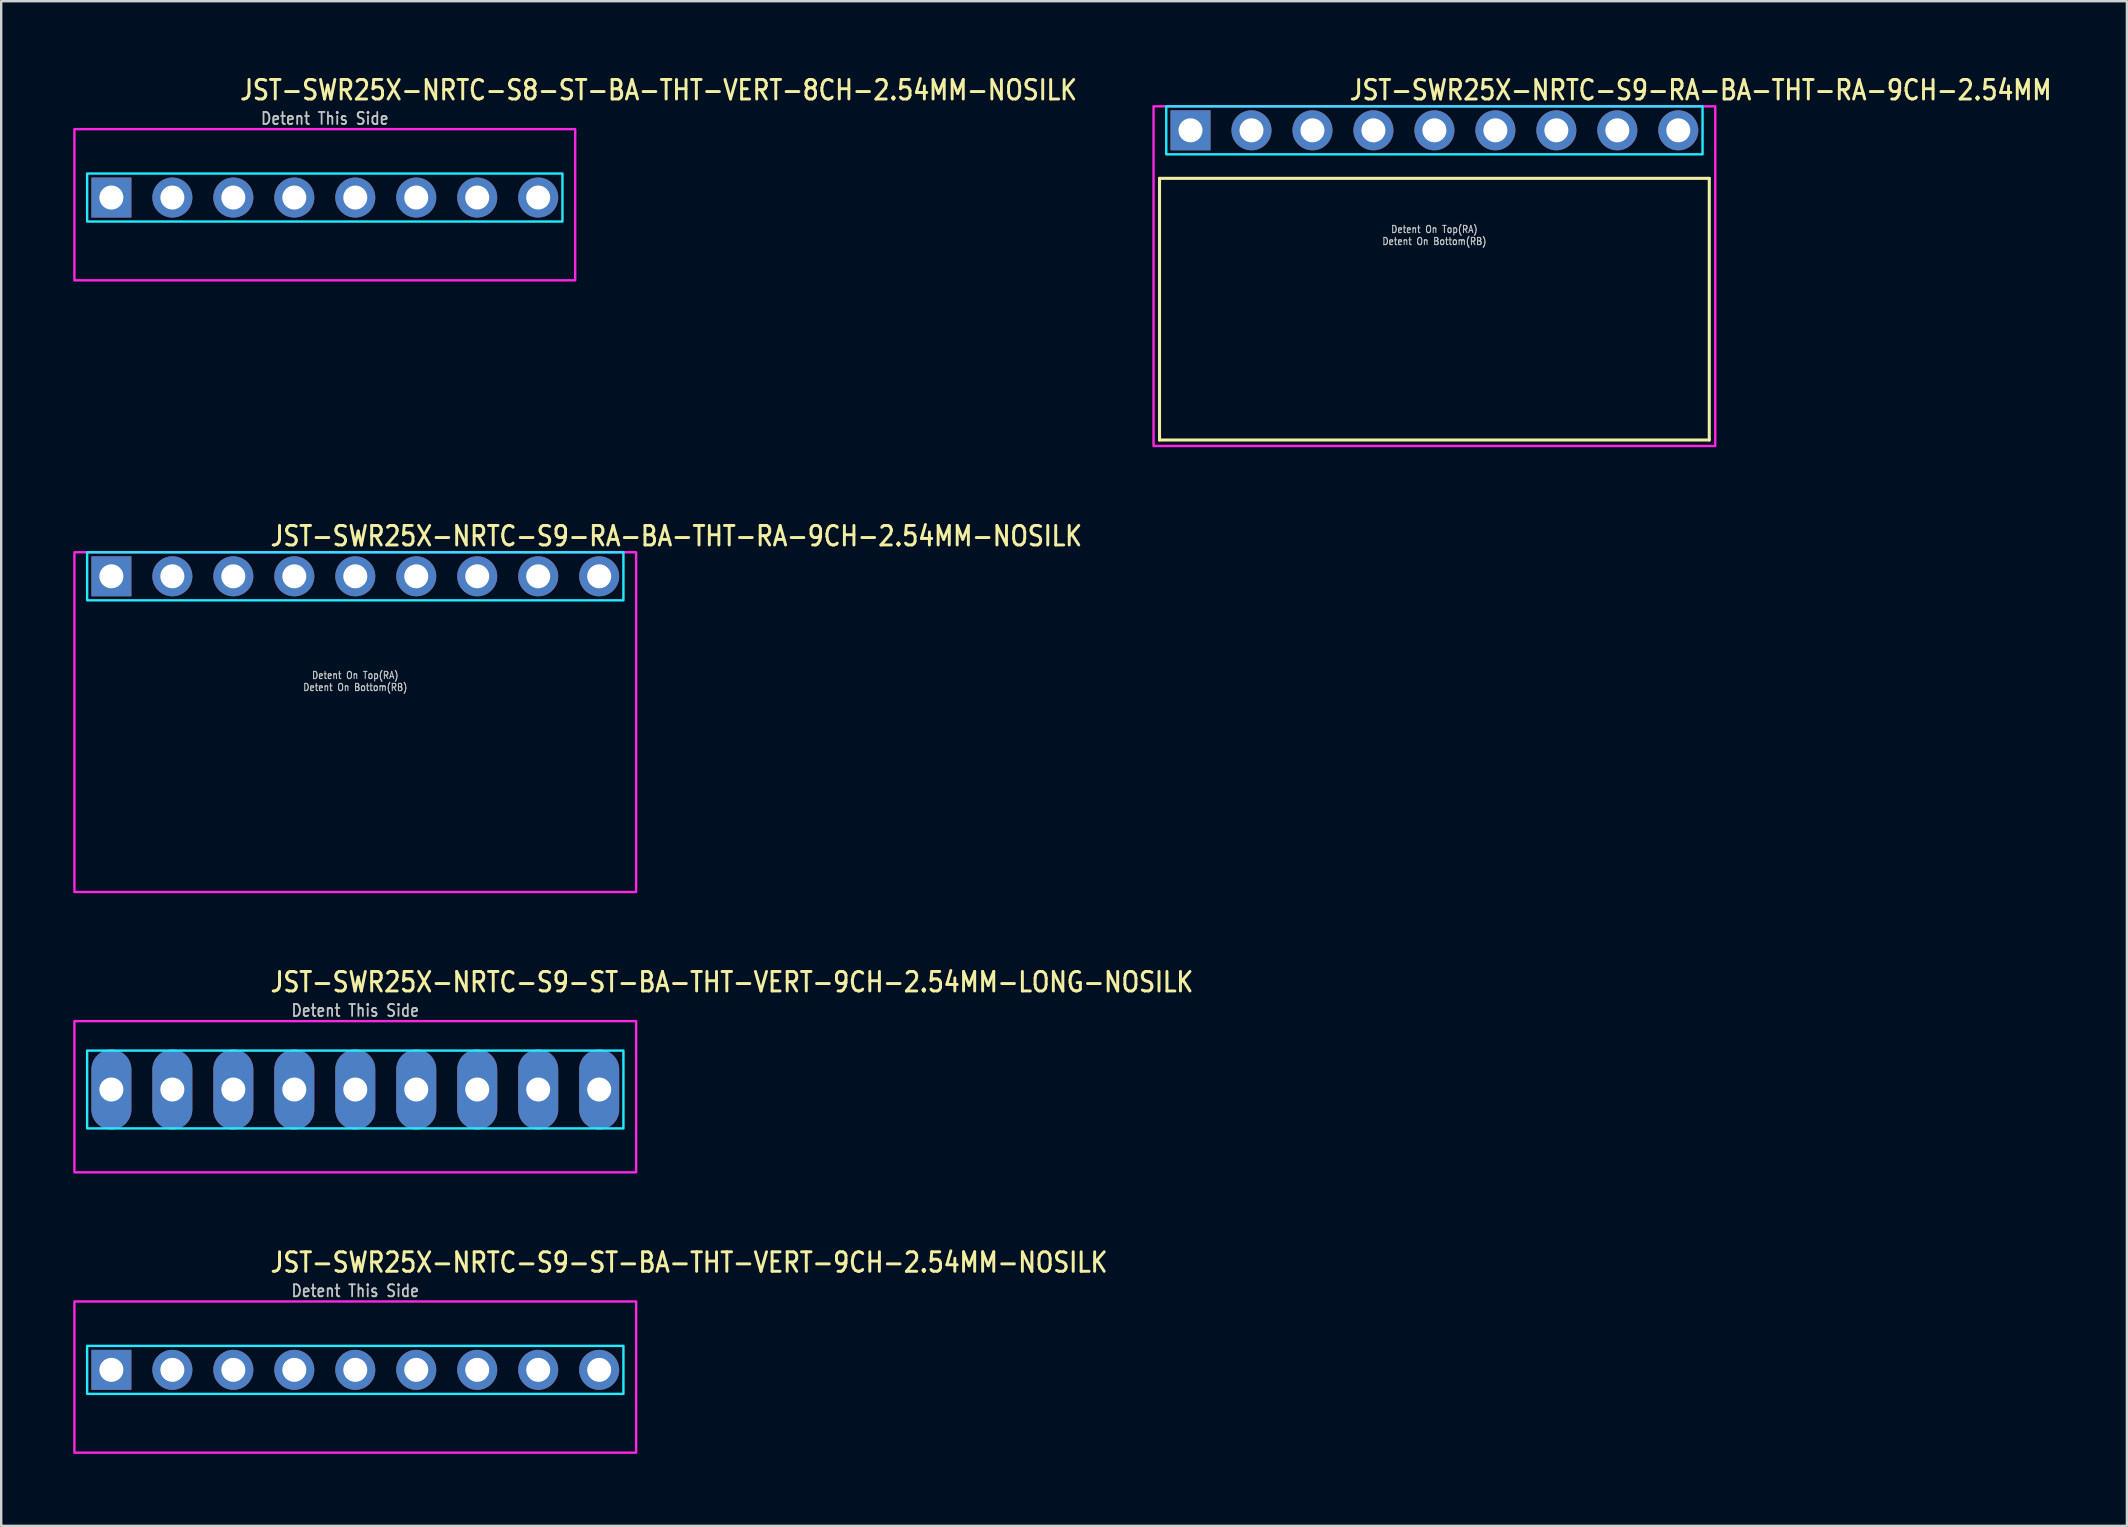
<source format=kicad_pcb>
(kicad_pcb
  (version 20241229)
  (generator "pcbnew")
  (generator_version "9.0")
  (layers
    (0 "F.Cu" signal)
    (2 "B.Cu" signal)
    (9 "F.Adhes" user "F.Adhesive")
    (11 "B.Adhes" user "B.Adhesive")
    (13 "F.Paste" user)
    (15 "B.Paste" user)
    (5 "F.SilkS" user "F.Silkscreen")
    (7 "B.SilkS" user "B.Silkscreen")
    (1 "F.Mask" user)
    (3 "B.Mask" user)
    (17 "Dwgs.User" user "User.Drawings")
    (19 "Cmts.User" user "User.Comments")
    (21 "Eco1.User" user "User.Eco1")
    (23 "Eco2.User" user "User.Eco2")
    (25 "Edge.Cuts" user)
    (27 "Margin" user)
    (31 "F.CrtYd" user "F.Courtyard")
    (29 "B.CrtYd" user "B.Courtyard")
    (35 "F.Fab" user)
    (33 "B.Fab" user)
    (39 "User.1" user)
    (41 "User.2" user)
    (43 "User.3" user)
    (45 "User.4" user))
  (footprint "JST-SWR25X-NRTC-S8-ST-BA-THT-VERT-8CH-2.54MM-NOSILK"
    (layer "F.Cu")
    (at 10.48 5.179)
    (property "Reference" "JST-SWR25X-NRTC-S8-ST-BA-THT-VERT-8CH-2.54MM-NOSILK" (at -3.6 -4 0) (unlocked yes) (layer "F.SilkS") (effects (font (size 0.813 0.695) (thickness 0.122)) (justify left bottom)))
    (fp_poly (pts (xy -9.9 -1) (xy -9.9 1) (xy 9.9 1) (xy 9.9 -1)) (stroke (width 0.1) (type solid)) (fill no) (layer "B.CrtYd"))
    (fp_poly (pts (xy -10.43 -2.85) (xy -10.43 3.45) (xy 10.43 3.45) (xy 10.43 -2.85)) (stroke (width 0.1) (type solid)) (fill no) (layer "F.CrtYd"))
    (fp_text user "Detent This Side" (at 0 -3 0) (unlocked yes) (layer "Dwgs.User") (effects (font (size 0.5 0.427) (thickness 0.075)) (justify bottom)))
    (pad "P$1" thru_hole rect (at -8.89 0) (size 1.667 1.667) (drill 1) (layers "*.Cu" "*.Mask"))
    (pad "P$2" thru_hole oval (at -6.35 0) (size 1.667 1.667) (drill 1) (layers "*.Cu" "*.Mask"))
    (pad "P$3" thru_hole oval (at -3.81 0) (size 1.667 1.667) (drill 1) (layers "*.Cu" "*.Mask"))
    (pad "P$4" thru_hole oval (at -1.27 0) (size 1.667 1.667) (drill 1) (layers "*.Cu" "*.Mask"))
    (pad "P$5" thru_hole oval (at 1.27 0) (size 1.667 1.667) (drill 1) (layers "*.Cu" "*.Mask"))
    (pad "P$6" thru_hole oval (at 3.81 0) (size 1.667 1.667) (drill 1) (layers "*.Cu" "*.Mask"))
    (pad "P$7" thru_hole oval (at 6.35 0) (size 1.667 1.667) (drill 1) (layers "*.Cu" "*.Mask"))
    (pad "P$8" thru_hole oval (at 8.89 0) (size 1.667 1.667) (drill 1) (layers "*.Cu" "*.Mask")))
  (footprint "JST-SWR25X-NRTC-S9-RA-BA-THT-RA-9CH-2.54MM-NOSILK"
    (layer "F.Cu")
    (at 11.75 20.957)
    (property "Reference" "JST-SWR25X-NRTC-S9-RA-BA-THT-RA-9CH-2.54MM-NOSILK" (at -3.6 -1.2 0) (unlocked yes) (layer "F.SilkS") (effects (font (size 0.813 0.695) (thickness 0.122)) (justify left bottom)))
    (fp_poly (pts (xy -11.17 -1) (xy -11.17 1) (xy 11.17 1) (xy 11.17 -1)) (stroke (width 0.1) (type solid)) (fill no) (layer "B.CrtYd"))
    (fp_poly (pts (xy -11.7 -1) (xy -11.7 13.15) (xy 11.7 13.15) (xy 11.7 -1)) (stroke (width 0.1) (type solid)) (fill no) (layer "F.CrtYd"))
    (fp_text user "Detent On Bottom(RB)" (at 0 4.8 0) (unlocked yes) (layer "Dwgs.User") (effects (font (size 0.3 0.257) (thickness 0.045)) (justify bottom)))
    (fp_text user "Detent On Top(RA)" (at 0 4.3 0) (unlocked yes) (layer "Dwgs.User") (effects (font (size 0.3 0.257) (thickness 0.045)) (justify bottom)))
    (pad "P$1" thru_hole rect (at -10.16 0) (size 1.667 1.667) (drill 1) (layers "*.Cu" "*.Mask"))
    (pad "P$2" thru_hole oval (at -7.62 0) (size 1.667 1.667) (drill 1) (layers "*.Cu" "*.Mask"))
    (pad "P$3" thru_hole oval (at -5.08 0) (size 1.667 1.667) (drill 1) (layers "*.Cu" "*.Mask"))
    (pad "P$4" thru_hole oval (at -2.54 0) (size 1.667 1.667) (drill 1) (layers "*.Cu" "*.Mask"))
    (pad "P$5" thru_hole oval (at 0 0) (size 1.667 1.667) (drill 1) (layers "*.Cu" "*.Mask"))
    (pad "P$6" thru_hole oval (at 2.54 0) (size 1.667 1.667) (drill 1) (layers "*.Cu" "*.Mask"))
    (pad "P$7" thru_hole oval (at 5.08 0) (size 1.667 1.667) (drill 1) (layers "*.Cu" "*.Mask"))
    (pad "P$8" thru_hole oval (at 7.62 0) (size 1.667 1.667) (drill 1) (layers "*.Cu" "*.Mask"))
    (pad "P$9" thru_hole oval (at 10.16 0) (size 1.667 1.667) (drill 1) (layers "*.Cu" "*.Mask")))
  (footprint "JST-SWR25X-NRTC-S9-ST-BA-THT-VERT-9CH-2.54MM-NOSILK"
    (layer "F.Cu")
    (at 11.75 54.014)
    (property "Reference" "JST-SWR25X-NRTC-S9-ST-BA-THT-VERT-9CH-2.54MM-NOSILK" (at -3.6 -4 0) (unlocked yes) (layer "F.SilkS") (effects (font (size 0.813 0.695) (thickness 0.122)) (justify left bottom)))
    (fp_poly (pts (xy -11.17 -1) (xy -11.17 1) (xy 11.17 1) (xy 11.17 -1)) (stroke (width 0.1) (type solid)) (fill no) (layer "B.CrtYd"))
    (fp_poly (pts (xy -11.7 -2.85) (xy -11.7 3.45) (xy 11.7 3.45) (xy 11.7 -2.85)) (stroke (width 0.1) (type solid)) (fill no) (layer "F.CrtYd"))
    (fp_text user "Detent This Side" (at 0 -3 0) (unlocked yes) (layer "Dwgs.User") (effects (font (size 0.5 0.427) (thickness 0.075)) (justify bottom)))
    (pad "P$1" thru_hole rect (at -10.16 0) (size 1.667 1.667) (drill 1) (layers "*.Cu" "*.Mask"))
    (pad "P$2" thru_hole oval (at -7.62 0) (size 1.667 1.667) (drill 1) (layers "*.Cu" "*.Mask"))
    (pad "P$3" thru_hole oval (at -5.08 0) (size 1.667 1.667) (drill 1) (layers "*.Cu" "*.Mask"))
    (pad "P$4" thru_hole oval (at -2.54 0) (size 1.667 1.667) (drill 1) (layers "*.Cu" "*.Mask"))
    (pad "P$5" thru_hole oval (at 0 0) (size 1.667 1.667) (drill 1) (layers "*.Cu" "*.Mask"))
    (pad "P$6" thru_hole oval (at 2.54 0) (size 1.667 1.667) (drill 1) (layers "*.Cu" "*.Mask"))
    (pad "P$7" thru_hole oval (at 5.08 0) (size 1.667 1.667) (drill 1) (layers "*.Cu" "*.Mask"))
    (pad "P$8" thru_hole oval (at 7.62 0) (size 1.667 1.667) (drill 1) (layers "*.Cu" "*.Mask"))
    (pad "P$9" thru_hole oval (at 10.16 0) (size 1.667 1.667) (drill 1) (layers "*.Cu" "*.Mask")))
  (footprint "JST-SWR25X-NRTC-S9-RA-BA-THT-RA-9CH-2.54MM"
    (layer "F.Cu")
    (at 56.703 2.379)
    (property "Reference" "JST-SWR25X-NRTC-S9-RA-BA-THT-RA-9CH-2.54MM" (at -3.6 -1.2 0) (unlocked yes) (layer "F.SilkS") (effects (font (size 0.813 0.695) (thickness 0.122)) (justify left bottom)))
    (fp_line (start -11.45 2) (end 11.45 2) (stroke (width 0.127) (type solid)) (layer "F.SilkS"))
    (fp_line (start -11.45 12.9) (end -11.45 2) (stroke (width 0.127) (type solid)) (layer "F.SilkS"))
    (fp_line (start -11.45 12.9) (end 11.45 12.9) (stroke (width 0.127) (type solid)) (layer "F.SilkS"))
    (fp_line (start 11.45 2) (end 11.45 12.9) (stroke (width 0.127) (type solid)) (layer "F.SilkS"))
    (fp_poly (pts (xy -11.17 -1) (xy -11.17 1) (xy 11.17 1) (xy 11.17 -1)) (stroke (width 0.1) (type solid)) (fill no) (layer "B.CrtYd"))
    (fp_poly (pts (xy -11.7 -1) (xy -11.7 13.15) (xy 11.7 13.15) (xy 11.7 -1)) (stroke (width 0.1) (type solid)) (fill no) (layer "F.CrtYd"))
    (fp_text user "Detent On Top(RA)" (at 0 4.3 0) (unlocked yes) (layer "Dwgs.User") (effects (font (size 0.3 0.257) (thickness 0.045)) (justify bottom)))
    (fp_text user "Detent On Bottom(RB)" (at 0 4.8 0) (unlocked yes) (layer "Dwgs.User") (effects (font (size 0.3 0.257) (thickness 0.045)) (justify bottom)))
    (pad "P$1" thru_hole rect (at -10.16 0) (size 1.667 1.667) (drill 1) (layers "*.Cu" "*.Mask"))
    (pad "P$2" thru_hole oval (at -7.62 0) (size 1.667 1.667) (drill 1) (layers "*.Cu" "*.Mask"))
    (pad "P$3" thru_hole oval (at -5.08 0) (size 1.667 1.667) (drill 1) (layers "*.Cu" "*.Mask"))
    (pad "P$4" thru_hole oval (at -2.54 0) (size 1.667 1.667) (drill 1) (layers "*.Cu" "*.Mask"))
    (pad "P$5" thru_hole oval (at 0 0) (size 1.667 1.667) (drill 1) (layers "*.Cu" "*.Mask"))
    (pad "P$6" thru_hole oval (at 2.54 0) (size 1.667 1.667) (drill 1) (layers "*.Cu" "*.Mask"))
    (pad "P$7" thru_hole oval (at 5.08 0) (size 1.667 1.667) (drill 1) (layers "*.Cu" "*.Mask"))
    (pad "P$8" thru_hole oval (at 7.62 0) (size 1.667 1.667) (drill 1) (layers "*.Cu" "*.Mask"))
    (pad "P$9" thru_hole oval (at 10.16 0) (size 1.667 1.667) (drill 1) (layers "*.Cu" "*.Mask")))
  (footprint "JST-SWR25X-NRTC-S9-ST-BA-THT-VERT-9CH-2.54MM-LONG-NOSILK"
    (layer "F.Cu")
    (at 11.75 42.336)
    (property "Reference" "JST-SWR25X-NRTC-S9-ST-BA-THT-VERT-9CH-2.54MM-LONG-NOSILK" (at -3.6 -4 0) (unlocked yes) (layer "F.SilkS") (effects (font (size 0.813 0.695) (thickness 0.122)) (justify left bottom)))
    (fp_poly (pts (xy -11.17 -1.62) (xy -11.17 1.62) (xy 11.17 1.62) (xy 11.17 -1.62)) (stroke (width 0.1) (type solid)) (fill no) (layer "B.CrtYd"))
    (fp_poly (pts (xy -11.7 -2.85) (xy -11.7 3.45) (xy 11.7 3.45) (xy 11.7 -2.85)) (stroke (width 0.1) (type solid)) (fill no) (layer "F.CrtYd"))
    (fp_text user "Detent This Side" (at 0 -3 0) (unlocked yes) (layer "Dwgs.User") (effects (font (size 0.5 0.427) (thickness 0.075)) (justify bottom)))
    (pad "P$1" thru_hole oval (at -10.16 0 90) (size 3.333 1.667) (drill 1) (layers "*.Cu" "*.Mask"))
    (pad "P$2" thru_hole oval (at -7.62 0 90) (size 3.333 1.667) (drill 1) (layers "*.Cu" "*.Mask"))
    (pad "P$3" thru_hole oval (at -5.08 0 90) (size 3.333 1.667) (drill 1) (layers "*.Cu" "*.Mask"))
    (pad "P$4" thru_hole oval (at -2.54 0 90) (size 3.333 1.667) (drill 1) (layers "*.Cu" "*.Mask"))
    (pad "P$5" thru_hole oval (at 0 0 90) (size 3.333 1.667) (drill 1) (layers "*.Cu" "*.Mask"))
    (pad "P$6" thru_hole oval (at 2.54 0 90) (size 3.333 1.667) (drill 1) (layers "*.Cu" "*.Mask"))
    (pad "P$7" thru_hole oval (at 5.08 0 90) (size 3.333 1.667) (drill 1) (layers "*.Cu" "*.Mask"))
    (pad "P$8" thru_hole oval (at 7.62 0 90) (size 3.333 1.667) (drill 1) (layers "*.Cu" "*.Mask"))
    (pad "P$9" thru_hole oval (at 10.16 0 90) (size 3.333 1.667) (drill 1) (layers "*.Cu" "*.Mask")))
  (gr_rect
    (start -3 -3)
    (end 85.551 60.514)
    (stroke (width 0.1) (type default))
    (fill no)
    (layer "Edge.Cuts")))
</source>
